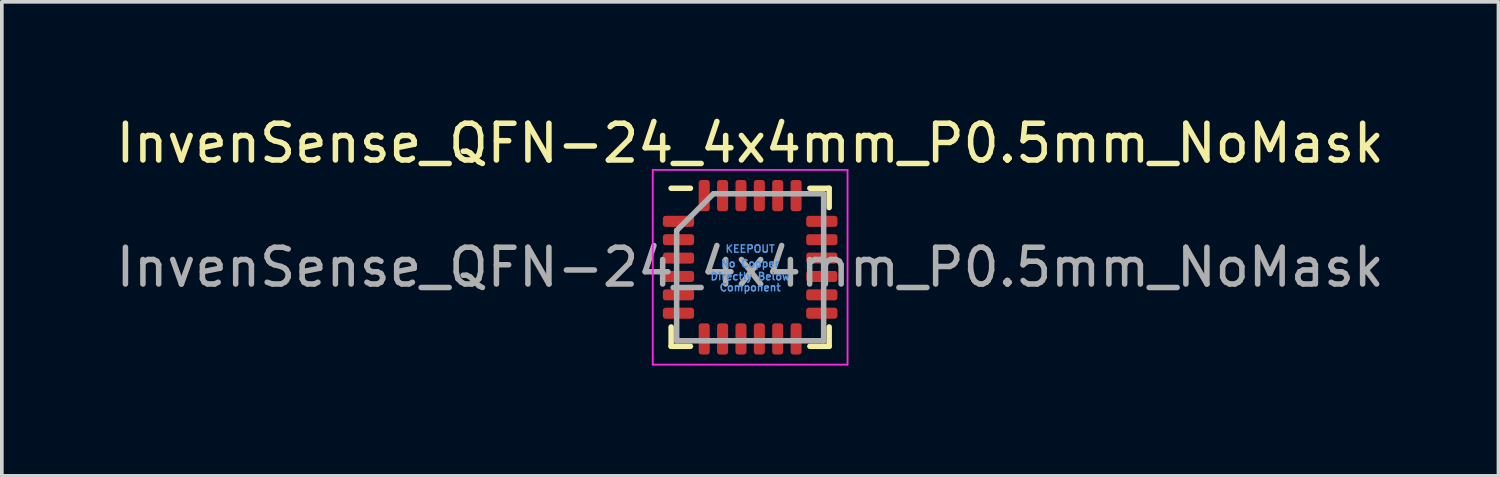
<source format=kicad_pcb>
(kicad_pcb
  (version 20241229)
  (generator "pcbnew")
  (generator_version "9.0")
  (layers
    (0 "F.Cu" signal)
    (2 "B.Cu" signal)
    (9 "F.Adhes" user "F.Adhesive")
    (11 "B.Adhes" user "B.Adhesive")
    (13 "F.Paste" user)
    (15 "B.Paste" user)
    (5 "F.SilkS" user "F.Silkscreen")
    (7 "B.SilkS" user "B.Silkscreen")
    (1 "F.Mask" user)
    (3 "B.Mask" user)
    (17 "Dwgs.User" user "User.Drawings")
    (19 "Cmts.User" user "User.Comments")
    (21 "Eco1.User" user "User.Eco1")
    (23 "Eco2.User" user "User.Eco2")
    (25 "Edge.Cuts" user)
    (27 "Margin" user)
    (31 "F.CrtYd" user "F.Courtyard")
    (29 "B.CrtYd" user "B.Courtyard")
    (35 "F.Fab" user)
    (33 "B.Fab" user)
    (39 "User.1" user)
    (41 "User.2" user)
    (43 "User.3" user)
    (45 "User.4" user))
  (footprint "InvenSense_QFN-24_4x4mm_P0.5mm_NoMask"
    (layer "F.Cu")
    (at 17.363 4.223)
    (property "Reference" "InvenSense_QFN-24_4x4mm_P0.5mm_NoMask" (at 0 -3.375 0) (layer "F.SilkS") (effects (font (size 1 1) (thickness 0.15))))
    (attr smd)
    (fp_line (start -2.15 -2.15) (end -1.625 -2.15) (stroke (width 0.15) (type solid)) (layer "F.SilkS"))
    (fp_line (start -2.15 2.15) (end -2.15 1.625) (stroke (width 0.15) (type solid)) (layer "F.SilkS"))
    (fp_line (start -2.15 2.15) (end -1.625 2.15) (stroke (width 0.15) (type solid)) (layer "F.SilkS"))
    (fp_line (start 2.15 -2.15) (end 1.625 -2.15) (stroke (width 0.15) (type solid)) (layer "F.SilkS"))
    (fp_line (start 2.15 -2.15) (end 2.15 -1.625) (stroke (width 0.15) (type solid)) (layer "F.SilkS"))
    (fp_line (start 2.15 2.15) (end 1.625 2.15) (stroke (width 0.15) (type solid)) (layer "F.SilkS"))
    (fp_line (start 2.15 2.15) (end 2.15 1.625) (stroke (width 0.15) (type solid)) (layer "F.SilkS"))
    (fp_line (start -2.65 -2.65) (end -2.65 2.65) (stroke (width 0.05) (type solid)) (layer "F.CrtYd"))
    (fp_line (start -2.65 -2.65) (end 2.65 -2.65) (stroke (width 0.05) (type solid)) (layer "F.CrtYd"))
    (fp_line (start -2.65 2.65) (end 2.65 2.65) (stroke (width 0.05) (type solid)) (layer "F.CrtYd"))
    (fp_line (start 2.65 -2.65) (end 2.65 2.65) (stroke (width 0.05) (type solid)) (layer "F.CrtYd"))
    (fp_line (start -2 -1) (end -1 -2) (stroke (width 0.15) (type solid)) (layer "F.Fab"))
    (fp_line (start -2 2) (end -2 -1) (stroke (width 0.15) (type solid)) (layer "F.Fab"))
    (fp_line (start -1 -2) (end 2 -2) (stroke (width 0.15) (type solid)) (layer "F.Fab"))
    (fp_line (start 2 -2) (end 2 2) (stroke (width 0.15) (type solid)) (layer "F.Fab"))
    (fp_line (start 2 2) (end -2 2) (stroke (width 0.15) (type solid)) (layer "F.Fab"))
    (fp_text user "Directly Below" (at 0 0.25 0) (layer "Cmts.User") (effects (font (size 0.2 0.2) (thickness 0.04))))
    (fp_text user "KEEPOUT" (at 0 -0.5 0) (layer "Cmts.User") (effects (font (size 0.2 0.2) (thickness 0.04))))
    (fp_text user "Component" (at 0 0.55 0) (layer "Cmts.User") (effects (font (size 0.2 0.2) (thickness 0.04))))
    (fp_text user "No Copper" (at 0 -0.1 0) (layer "Cmts.User") (effects (font (size 0.2 0.2) (thickness 0.04))))
    (fp_text user "${REFERENCE}" (at 0 0 0) (layer "F.Fab") (effects (font (size 1 1) (thickness 0.15))))
    (pad "" smd roundrect (at 0 0) (size 2.75 2.65) (layers "F.Mask") (roundrect_rratio 0.094))
    (pad "1" smd roundrect (at -1.95 -1.25) (size 0.85 0.3) (layers "F.Cu" "F.Mask" "F.Paste") (roundrect_rratio 0.25))
    (pad "2" smd roundrect (at -1.95 -0.75) (size 0.85 0.3) (layers "F.Cu" "F.Mask" "F.Paste") (roundrect_rratio 0.25))
    (pad "3" smd roundrect (at -1.95 -0.25) (size 0.85 0.3) (layers "F.Cu" "F.Mask" "F.Paste") (roundrect_rratio 0.25))
    (pad "4" smd roundrect (at -1.95 0.25) (size 0.85 0.3) (layers "F.Cu" "F.Mask" "F.Paste") (roundrect_rratio 0.25))
    (pad "5" smd roundrect (at -1.95 0.75) (size 0.85 0.3) (layers "F.Cu" "F.Mask" "F.Paste") (roundrect_rratio 0.25))
    (pad "6" smd roundrect (at -1.95 1.25) (size 0.85 0.3) (layers "F.Cu" "F.Mask" "F.Paste") (roundrect_rratio 0.25))
    (pad "7" smd roundrect (at -1.25 1.95 90) (size 0.85 0.3) (layers "F.Cu" "F.Mask" "F.Paste") (roundrect_rratio 0.25))
    (pad "8" smd roundrect (at -0.75 1.95 90) (size 0.85 0.3) (layers "F.Cu" "F.Mask" "F.Paste") (roundrect_rratio 0.25))
    (pad "9" smd roundrect (at -0.25 1.95 90) (size 0.85 0.3) (layers "F.Cu" "F.Mask" "F.Paste") (roundrect_rratio 0.25))
    (pad "10" smd roundrect (at 0.25 1.95 90) (size 0.85 0.3) (layers "F.Cu" "F.Mask" "F.Paste") (roundrect_rratio 0.25))
    (pad "11" smd roundrect (at 0.75 1.95 90) (size 0.85 0.3) (layers "F.Cu" "F.Mask" "F.Paste") (roundrect_rratio 0.25))
    (pad "12" smd roundrect (at 1.25 1.95 90) (size 0.85 0.3) (layers "F.Cu" "F.Mask" "F.Paste") (roundrect_rratio 0.25))
    (pad "13" smd roundrect (at 1.95 1.25) (size 0.85 0.3) (layers "F.Cu" "F.Mask" "F.Paste") (roundrect_rratio 0.25))
    (pad "14" smd roundrect (at 1.95 0.75) (size 0.85 0.3) (layers "F.Cu" "F.Mask" "F.Paste") (roundrect_rratio 0.25))
    (pad "15" smd roundrect (at 1.95 0.25) (size 0.85 0.3) (layers "F.Cu" "F.Mask" "F.Paste") (roundrect_rratio 0.25))
    (pad "16" smd roundrect (at 1.95 -0.25) (size 0.85 0.3) (layers "F.Cu" "F.Mask" "F.Paste") (roundrect_rratio 0.25))
    (pad "17" smd roundrect (at 1.95 -0.75) (size 0.85 0.3) (layers "F.Cu" "F.Mask" "F.Paste") (roundrect_rratio 0.25))
    (pad "18" smd roundrect (at 1.95 -1.25) (size 0.85 0.3) (layers "F.Cu" "F.Mask" "F.Paste") (roundrect_rratio 0.25))
    (pad "19" smd roundrect (at 1.25 -1.95 90) (size 0.85 0.3) (layers "F.Cu" "F.Mask" "F.Paste") (roundrect_rratio 0.25))
    (pad "20" smd roundrect (at 0.75 -1.95 90) (size 0.85 0.3) (layers "F.Cu" "F.Mask" "F.Paste") (roundrect_rratio 0.25))
    (pad "21" smd roundrect (at 0.25 -1.95 90) (size 0.85 0.3) (layers "F.Cu" "F.Mask" "F.Paste") (roundrect_rratio 0.25))
    (pad "22" smd roundrect (at -0.25 -1.95 90) (size 0.85 0.3) (layers "F.Cu" "F.Mask" "F.Paste") (roundrect_rratio 0.25))
    (pad "23" smd roundrect (at -0.75 -1.95 90) (size 0.85 0.3) (layers "F.Cu" "F.Mask" "F.Paste") (roundrect_rratio 0.25))
    (pad "24" smd roundrect (at -1.25 -1.95 90) (size 0.85 0.3) (layers "F.Cu" "F.Mask" "F.Paste") (roundrect_rratio 0.25))
    (zone (net_name "") (layer "F.Cu") (hatch full 0.508) (connect_pads) (min_thickness 0.254) (filled_areas_thickness no) (keepout (tracks not_allowed) (vias not_allowed) (pads not_allowed) (copperpour not_allowed) (footprints allowed)) (placement (enabled no)) (fill) (polygon (pts (xy 15.988 2.898) (xy 18.738 2.898) (xy 18.738 5.548) (xy 15.988 5.548)))))
  (gr_rect
    (start -3 -3)
    (end 37.726 9.898)
    (stroke (width 0.1) (type default))
    (fill no)
    (layer "Edge.Cuts")))
</source>
